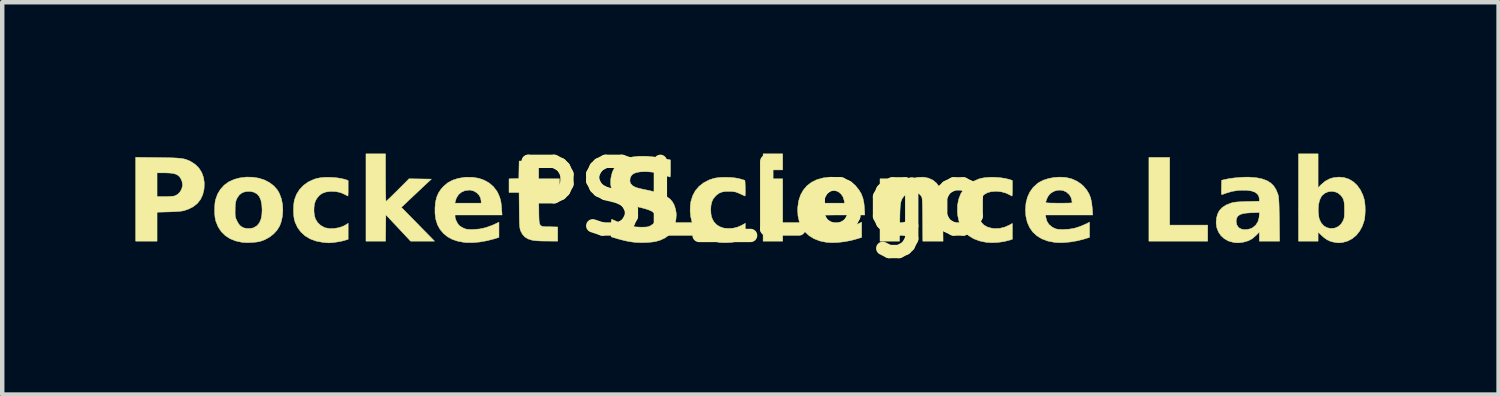
<source format=kicad_pcb>
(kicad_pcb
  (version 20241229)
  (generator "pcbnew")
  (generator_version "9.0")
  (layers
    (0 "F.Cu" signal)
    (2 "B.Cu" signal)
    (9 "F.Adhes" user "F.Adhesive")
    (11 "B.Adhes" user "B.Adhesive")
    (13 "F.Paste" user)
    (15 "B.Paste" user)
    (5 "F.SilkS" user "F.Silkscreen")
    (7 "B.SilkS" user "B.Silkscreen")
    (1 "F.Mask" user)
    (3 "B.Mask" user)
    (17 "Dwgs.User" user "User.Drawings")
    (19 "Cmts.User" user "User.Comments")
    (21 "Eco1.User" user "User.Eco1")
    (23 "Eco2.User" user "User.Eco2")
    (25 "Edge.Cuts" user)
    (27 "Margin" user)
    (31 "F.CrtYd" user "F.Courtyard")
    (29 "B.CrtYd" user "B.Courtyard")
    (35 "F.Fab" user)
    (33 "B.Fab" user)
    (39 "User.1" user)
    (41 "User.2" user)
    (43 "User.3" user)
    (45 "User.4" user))
  (footprint "PSL_Logo"
    (layer "F.Cu")
    (at 13.855 1.418)
    (property "Reference" "PSL_Logo" (at 0 0 0) (layer "F.SilkS") (effects (font (size 1.524 1.524) (thickness 0.3))))
    (attr through_hole)
    (fp_poly (pts (xy 0.722 -0.642) (xy 0.281 -0.642) (xy 0.281 -1.003) (xy 0.722 -1.003) (xy 0.722 -0.642)) (stroke (width 0.01) (type solid)) (fill yes) (layer "F.SilkS"))
    (fp_poly (pts (xy 0.722 0.963) (xy 0.281 0.963) (xy 0.281 -0.441) (xy 0.722 -0.441) (xy 0.722 0.963)) (stroke (width 0.01) (type solid)) (fill yes) (layer "F.SilkS"))
    (fp_poly (pts (xy 9.438 0.602) (xy 10.294 0.602) (xy 10.294 0.963) (xy 8.97 0.963) (xy 8.97 -0.922) (xy 9.438 -0.922) (xy 9.438 0.602)) (stroke (width 0.01) (type solid)) (fill yes) (layer "F.SilkS"))
    (fp_poly (pts (xy -8.222 -0.468) (xy -8.221 -0.351) (xy -8.221 -0.243) (xy -8.22 -0.147) (xy -8.218 -0.065) (xy -8.216 -0.001) (xy -8.215 0.044) (xy -8.212 0.065) (xy -8.212 0.067) (xy -8.2 0.058) (xy -8.172 0.032) (xy -8.13 -0.008) (xy -8.077 -0.059) (xy -8.016 -0.119) (xy -7.948 -0.186) (xy -7.947 -0.187) (xy -7.693 -0.442) (xy -7.441 -0.438) (xy -7.19 -0.434) (xy -7.382 -0.255) (xy -7.454 -0.187) (xy -7.533 -0.113) (xy -7.61 -0.04) (xy -7.68 0.026) (xy -7.719 0.063) (xy -7.866 0.202) (xy -7.666 0.405) (xy -7.591 0.481) (xy -7.508 0.565) (xy -7.425 0.651) (xy -7.347 0.73) (xy -7.293 0.785) (xy -7.119 0.963) (xy -7.658 0.963) (xy -7.936 0.666) (xy -8.215 0.369) (xy -8.222 0.963) (xy -8.663 0.963) (xy -8.663 -1.003) (xy -8.222 -1.003) (xy -8.222 -0.468)) (stroke (width 0.01) (type solid)) (fill yes) (layer "F.SilkS"))
    (fp_poly (pts (xy -4.773 -0.441) (xy -4.305 -0.441) (xy -4.305 -0.134) (xy -4.774 -0.134) (xy -4.77 0.22) (xy -4.769 0.336) (xy -4.767 0.428) (xy -4.764 0.499) (xy -4.757 0.552) (xy -4.745 0.589) (xy -4.726 0.613) (xy -4.699 0.628) (xy -4.662 0.635) (xy -4.613 0.638) (xy -4.55 0.639) (xy -4.525 0.639) (xy -4.345 0.644) (xy -4.345 0.963) (xy -4.589 0.961) (xy -4.699 0.96) (xy -4.794 0.956) (xy -4.869 0.949) (xy -4.918 0.942) (xy -5.011 0.913) (xy -5.084 0.869) (xy -5.139 0.808) (xy -5.177 0.736) (xy -5.185 0.713) (xy -5.192 0.691) (xy -5.197 0.664) (xy -5.201 0.631) (xy -5.204 0.587) (xy -5.207 0.53) (xy -5.208 0.455) (xy -5.21 0.36) (xy -5.211 0.264) (xy -5.215 -0.134) (xy -5.441 -0.134) (xy -5.441 -0.44) (xy -5.331 -0.444) (xy -5.22 -0.448) (xy -5.217 -0.645) (xy -5.213 -0.842) (xy -4.773 -0.842) (xy -4.773 -0.441)) (stroke (width 0.01) (type solid)) (fill yes) (layer "F.SilkS"))
    (fp_poly (pts (xy 3.901 -0.477) (xy 4.01 -0.455) (xy 4.106 -0.41) (xy 4.186 -0.344) (xy 4.25 -0.257) (xy 4.293 -0.162) (xy 4.301 -0.138) (xy 4.307 -0.116) (xy 4.312 -0.091) (xy 4.316 -0.06) (xy 4.319 -0.022) (xy 4.322 0.028) (xy 4.324 0.092) (xy 4.325 0.172) (xy 4.327 0.273) (xy 4.328 0.396) (xy 4.329 0.445) (xy 4.334 0.963) (xy 3.878 0.963) (xy 3.874 0.478) (xy 3.873 0.35) (xy 3.872 0.247) (xy 3.87 0.165) (xy 3.869 0.101) (xy 3.866 0.052) (xy 3.863 0.017) (xy 3.86 -0.009) (xy 3.855 -0.027) (xy 3.849 -0.041) (xy 3.845 -0.049) (xy 3.799 -0.1) (xy 3.741 -0.132) (xy 3.674 -0.145) (xy 3.603 -0.139) (xy 3.535 -0.113) (xy 3.473 -0.069) (xy 3.451 -0.045) (xy 3.428 -0.016) (xy 3.41 0.012) (xy 3.396 0.044) (xy 3.384 0.082) (xy 3.376 0.129) (xy 3.369 0.188) (xy 3.365 0.262) (xy 3.362 0.355) (xy 3.36 0.47) (xy 3.359 0.551) (xy 3.353 0.963) (xy 2.914 0.963) (xy 2.914 -0.441) (xy 3.355 -0.441) (xy 3.355 -0.238) (xy 3.437 -0.313) (xy 3.538 -0.392) (xy 3.645 -0.446) (xy 3.758 -0.474) (xy 3.88 -0.478) (xy 3.901 -0.477)) (stroke (width 0.01) (type solid)) (fill yes) (layer "F.SilkS"))
    (fp_poly (pts (xy -13.352 -0.919) (xy -13.21 -0.917) (xy -13.092 -0.915) (xy -12.995 -0.912) (xy -12.915 -0.908) (xy -12.849 -0.902) (xy -12.795 -0.895) (xy -12.749 -0.886) (xy -12.709 -0.874) (xy -12.67 -0.859) (xy -12.63 -0.841) (xy -12.605 -0.828) (xy -12.505 -0.763) (xy -12.424 -0.681) (xy -12.362 -0.583) (xy -12.322 -0.472) (xy -12.304 -0.35) (xy -12.309 -0.22) (xy -12.311 -0.204) (xy -12.34 -0.082) (xy -12.39 0.024) (xy -12.46 0.113) (xy -12.552 0.186) (xy -12.665 0.243) (xy -12.76 0.275) (xy -12.807 0.285) (xy -12.872 0.292) (xy -12.957 0.298) (xy -13.065 0.303) (xy -13.104 0.304) (xy -13.368 0.311) (xy -13.368 0.963) (xy -13.85 0.963) (xy -13.85 -0.575) (xy -13.368 -0.575) (xy -13.368 -0.04) (xy -13.198 -0.04) (xy -13.128 -0.041) (xy -13.062 -0.045) (xy -13.009 -0.049) (xy -12.974 -0.055) (xy -12.974 -0.055) (xy -12.911 -0.086) (xy -12.857 -0.136) (xy -12.818 -0.201) (xy -12.796 -0.273) (xy -12.794 -0.307) (xy -12.805 -0.381) (xy -12.837 -0.453) (xy -12.862 -0.488) (xy -12.899 -0.521) (xy -12.944 -0.545) (xy -13.003 -0.562) (xy -13.079 -0.571) (xy -13.177 -0.575) (xy -13.204 -0.575) (xy -13.368 -0.575) (xy -13.85 -0.575) (xy -13.85 -0.925) (xy -13.352 -0.919)) (stroke (width 0.01) (type solid)) (fill yes) (layer "F.SilkS"))
    (fp_poly (pts (xy 5.503 -0.475) (xy 5.622 -0.466) (xy 5.733 -0.449) (xy 5.829 -0.426) (xy 5.859 -0.416) (xy 5.895 -0.402) (xy 5.895 -0.228) (xy 5.895 -0.163) (xy 5.893 -0.109) (xy 5.891 -0.071) (xy 5.888 -0.054) (xy 5.887 -0.053) (xy 5.871 -0.06) (xy 5.843 -0.076) (xy 5.837 -0.079) (xy 5.75 -0.12) (xy 5.649 -0.148) (xy 5.543 -0.16) (xy 5.524 -0.16) (xy 5.417 -0.152) (xy 5.329 -0.127) (xy 5.256 -0.084) (xy 5.197 -0.02) (xy 5.167 0.029) (xy 5.147 0.069) (xy 5.134 0.108) (xy 5.127 0.154) (xy 5.123 0.216) (xy 5.123 0.222) (xy 5.126 0.344) (xy 5.149 0.447) (xy 5.191 0.532) (xy 5.251 0.598) (xy 5.331 0.644) (xy 5.429 0.672) (xy 5.494 0.679) (xy 5.609 0.675) (xy 5.719 0.649) (xy 5.825 0.602) (xy 5.895 0.564) (xy 5.895 0.92) (xy 5.832 0.94) (xy 5.706 0.972) (xy 5.569 0.991) (xy 5.431 0.997) (xy 5.304 0.989) (xy 5.301 0.988) (xy 5.152 0.957) (xy 5.022 0.907) (xy 4.91 0.839) (xy 4.819 0.752) (xy 4.747 0.648) (xy 4.695 0.526) (xy 4.665 0.388) (xy 4.657 0.307) (xy 4.659 0.158) (xy 4.685 0.021) (xy 4.732 -0.102) (xy 4.801 -0.21) (xy 4.891 -0.302) (xy 5 -0.376) (xy 5.128 -0.433) (xy 5.187 -0.451) (xy 5.278 -0.467) (xy 5.386 -0.475) (xy 5.503 -0.475)) (stroke (width 0.01) (type solid)) (fill yes) (layer "F.SilkS"))
    (fp_poly (pts (xy -9.456 -0.474) (xy -9.338 -0.466) (xy -9.226 -0.449) (xy -9.13 -0.426) (xy -9.101 -0.416) (xy -9.064 -0.402) (xy -9.064 -0.228) (xy -9.064 -0.163) (xy -9.065 -0.109) (xy -9.067 -0.071) (xy -9.068 -0.054) (xy -9.069 -0.053) (xy -9.082 -0.059) (xy -9.111 -0.074) (xy -9.132 -0.086) (xy -9.237 -0.132) (xy -9.349 -0.155) (xy -9.464 -0.158) (xy -9.567 -0.144) (xy -9.652 -0.112) (xy -9.721 -0.061) (xy -9.776 0.011) (xy -9.802 0.06) (xy -9.823 0.127) (xy -9.833 0.21) (xy -9.834 0.298) (xy -9.824 0.383) (xy -9.804 0.456) (xy -9.8 0.465) (xy -9.752 0.543) (xy -9.684 0.608) (xy -9.604 0.653) (xy -9.574 0.664) (xy -9.482 0.679) (xy -9.381 0.678) (xy -9.278 0.661) (xy -9.182 0.63) (xy -9.102 0.587) (xy -9.102 0.587) (xy -9.064 0.56) (xy -9.064 0.922) (xy -9.154 0.948) (xy -9.216 0.964) (xy -9.29 0.978) (xy -9.369 0.99) (xy -9.441 0.998) (xy -9.5 1.001) (xy -9.511 1.001) (xy -9.546 0.998) (xy -9.595 0.994) (xy -9.645 0.988) (xy -9.79 0.96) (xy -9.919 0.912) (xy -10.032 0.845) (xy -10.127 0.759) (xy -10.203 0.657) (xy -10.258 0.538) (xy -10.274 0.485) (xy -10.286 0.419) (xy -10.293 0.335) (xy -10.295 0.244) (xy -10.291 0.155) (xy -10.282 0.076) (xy -10.274 0.035) (xy -10.228 -0.089) (xy -10.159 -0.199) (xy -10.071 -0.293) (xy -9.963 -0.37) (xy -9.838 -0.428) (xy -9.771 -0.449) (xy -9.68 -0.466) (xy -9.573 -0.475) (xy -9.456 -0.474)) (stroke (width 0.01) (type solid)) (fill yes) (layer "F.SilkS"))
    (fp_poly (pts (xy -0.44 -0.471) (xy -0.341 -0.46) (xy -0.256 -0.444) (xy -0.255 -0.443) (xy -0.203 -0.429) (xy -0.161 -0.416) (xy -0.135 -0.408) (xy -0.131 -0.406) (xy -0.128 -0.392) (xy -0.125 -0.357) (xy -0.123 -0.309) (xy -0.121 -0.252) (xy -0.12 -0.193) (xy -0.12 -0.137) (xy -0.121 -0.092) (xy -0.123 -0.062) (xy -0.126 -0.053) (xy -0.139 -0.059) (xy -0.171 -0.073) (xy -0.215 -0.094) (xy -0.235 -0.103) (xy -0.292 -0.128) (xy -0.338 -0.144) (xy -0.385 -0.153) (xy -0.445 -0.157) (xy -0.463 -0.158) (xy -0.56 -0.158) (xy -0.639 -0.145) (xy -0.705 -0.12) (xy -0.764 -0.078) (xy -0.789 -0.054) (xy -0.842 0.01) (xy -0.876 0.083) (xy -0.894 0.169) (xy -0.898 0.251) (xy -0.894 0.342) (xy -0.881 0.416) (xy -0.854 0.481) (xy -0.825 0.53) (xy -0.767 0.593) (xy -0.692 0.639) (xy -0.604 0.669) (xy -0.507 0.68) (xy -0.404 0.674) (xy -0.3 0.649) (xy -0.199 0.606) (xy -0.191 0.601) (xy -0.12 0.561) (xy -0.12 0.92) (xy -0.164 0.934) (xy -0.288 0.967) (xy -0.424 0.988) (xy -0.56 0.996) (xy -0.686 0.992) (xy -0.715 0.988) (xy -0.859 0.958) (xy -0.988 0.909) (xy -1.1 0.842) (xy -1.193 0.758) (xy -1.266 0.658) (xy -1.274 0.645) (xy -1.319 0.539) (xy -1.348 0.417) (xy -1.362 0.287) (xy -1.358 0.157) (xy -1.344 0.065) (xy -1.304 -0.063) (xy -1.243 -0.175) (xy -1.16 -0.272) (xy -1.057 -0.352) (xy -0.936 -0.415) (xy -0.829 -0.451) (xy -0.75 -0.465) (xy -0.653 -0.474) (xy -0.547 -0.475) (xy -0.44 -0.471)) (stroke (width 0.01) (type solid)) (fill yes) (layer "F.SilkS"))
    (fp_poly (pts (xy -6.257 -0.475) (xy -6.12 -0.452) (xy -5.996 -0.408) (xy -5.886 -0.345) (xy -5.792 -0.263) (xy -5.716 -0.164) (xy -5.684 -0.104) (xy -5.657 -0.04) (xy -5.637 0.02) (xy -5.623 0.085) (xy -5.613 0.162) (xy -5.607 0.237) (xy -5.598 0.374) (xy -6.657 0.374) (xy -6.657 0.411) (xy -6.65 0.453) (xy -6.63 0.505) (xy -6.603 0.557) (xy -6.573 0.599) (xy -6.562 0.611) (xy -6.531 0.634) (xy -6.488 0.659) (xy -6.463 0.671) (xy -6.429 0.685) (xy -6.395 0.694) (xy -6.354 0.698) (xy -6.298 0.7) (xy -6.25 0.7) (xy -6.106 0.689) (xy -5.966 0.659) (xy -5.822 0.607) (xy -5.765 0.582) (xy -5.668 0.536) (xy -5.668 0.878) (xy -5.785 0.914) (xy -5.938 0.953) (xy -6.094 0.981) (xy -6.246 0.995) (xy -6.387 0.996) (xy -6.459 0.989) (xy -6.599 0.963) (xy -6.72 0.922) (xy -6.826 0.864) (xy -6.914 0.792) (xy -6.993 0.7) (xy -7.052 0.594) (xy -7.09 0.473) (xy -7.108 0.337) (xy -7.108 0.209) (xy -7.098 0.107) (xy -6.66 0.107) (xy -6.069 0.107) (xy -6.069 0.06) (xy -6.082 -0.011) (xy -6.117 -0.075) (xy -6.169 -0.128) (xy -6.235 -0.166) (xy -6.31 -0.186) (xy -6.34 -0.187) (xy -6.433 -0.175) (xy -6.513 -0.14) (xy -6.578 -0.085) (xy -6.626 -0.01) (xy -6.65 0.064) (xy -6.66 0.107) (xy -7.098 0.107) (xy -7.096 0.081) (xy -7.07 -0.028) (xy -7.029 -0.123) (xy -6.971 -0.21) (xy -6.909 -0.278) (xy -6.817 -0.354) (xy -6.709 -0.411) (xy -6.585 -0.451) (xy -6.443 -0.474) (xy -6.403 -0.477) (xy -6.257 -0.475)) (stroke (width 0.01) (type solid)) (fill yes) (layer "F.SilkS"))
    (fp_poly (pts (xy 1.942 -0.474) (xy 2.077 -0.448) (xy 2.199 -0.4) (xy 2.307 -0.331) (xy 2.36 -0.284) (xy 2.434 -0.198) (xy 2.49 -0.107) (xy 2.529 -0.005) (xy 2.553 0.112) (xy 2.563 0.224) (xy 2.571 0.374) (xy 2.041 0.374) (xy 1.902 0.374) (xy 1.788 0.375) (xy 1.697 0.376) (xy 1.626 0.378) (xy 1.574 0.38) (xy 1.539 0.382) (xy 1.519 0.386) (xy 1.511 0.39) (xy 1.511 0.391) (xy 1.518 0.434) (xy 1.535 0.487) (xy 1.56 0.54) (xy 1.574 0.564) (xy 1.629 0.623) (xy 1.702 0.666) (xy 1.792 0.693) (xy 1.895 0.704) (xy 2.009 0.7) (xy 2.13 0.679) (xy 2.258 0.642) (xy 2.387 0.59) (xy 2.5 0.536) (xy 2.5 0.879) (xy 2.405 0.908) (xy 2.263 0.947) (xy 2.114 0.975) (xy 1.966 0.992) (xy 1.827 0.997) (xy 1.708 0.989) (xy 1.56 0.959) (xy 1.43 0.909) (xy 1.318 0.84) (xy 1.224 0.753) (xy 1.151 0.649) (xy 1.098 0.529) (xy 1.067 0.396) (xy 1.059 0.249) (xy 1.061 0.201) (xy 1.075 0.107) (xy 1.513 0.107) (xy 2.116 0.107) (xy 2.107 0.05) (xy 2.082 -0.032) (xy 2.036 -0.1) (xy 1.974 -0.15) (xy 1.898 -0.18) (xy 1.833 -0.187) (xy 1.759 -0.178) (xy 1.687 -0.155) (xy 1.626 -0.12) (xy 1.613 -0.11) (xy 1.585 -0.075) (xy 1.557 -0.026) (xy 1.534 0.029) (xy 1.523 0.064) (xy 1.513 0.107) (xy 1.075 0.107) (xy 1.082 0.054) (xy 1.125 -0.076) (xy 1.188 -0.189) (xy 1.27 -0.285) (xy 1.372 -0.363) (xy 1.491 -0.421) (xy 1.627 -0.459) (xy 1.64 -0.462) (xy 1.795 -0.479) (xy 1.942 -0.474)) (stroke (width 0.01) (type solid)) (fill yes) (layer "F.SilkS"))
    (fp_poly (pts (xy 12.78 -0.239) (xy 12.851 -0.312) (xy 12.944 -0.39) (xy 13.046 -0.443) (xy 13.125 -0.466) (xy 13.249 -0.48) (xy 13.366 -0.469) (xy 13.474 -0.434) (xy 13.571 -0.376) (xy 13.657 -0.297) (xy 13.73 -0.196) (xy 13.788 -0.076) (xy 13.818 0.019) (xy 13.831 0.089) (xy 13.839 0.176) (xy 13.841 0.272) (xy 13.837 0.367) (xy 13.828 0.452) (xy 13.819 0.498) (xy 13.776 0.625) (xy 13.715 0.737) (xy 13.639 0.832) (xy 13.548 0.907) (xy 13.445 0.961) (xy 13.349 0.988) (xy 13.298 0.997) (xy 13.259 1) (xy 13.219 0.999) (xy 13.17 0.992) (xy 13.143 0.988) (xy 13.058 0.967) (xy 12.983 0.932) (xy 12.91 0.88) (xy 12.866 0.841) (xy 12.78 0.758) (xy 12.78 0.963) (xy 12.339 0.963) (xy 12.339 0.249) (xy 12.783 0.249) (xy 12.784 0.301) (xy 12.79 0.361) (xy 12.797 0.417) (xy 12.806 0.459) (xy 12.808 0.468) (xy 12.85 0.552) (xy 12.906 0.616) (xy 12.975 0.658) (xy 13.054 0.677) (xy 13.14 0.672) (xy 13.161 0.667) (xy 13.237 0.633) (xy 13.298 0.578) (xy 13.34 0.509) (xy 13.354 0.477) (xy 13.364 0.447) (xy 13.37 0.415) (xy 13.373 0.373) (xy 13.374 0.315) (xy 13.374 0.254) (xy 13.373 0.166) (xy 13.368 0.099) (xy 13.358 0.047) (xy 13.342 0.004) (xy 13.318 -0.035) (xy 13.288 -0.072) (xy 13.228 -0.121) (xy 13.157 -0.15) (xy 13.081 -0.159) (xy 13.004 -0.148) (xy 12.934 -0.118) (xy 12.874 -0.069) (xy 12.853 -0.042) (xy 12.815 0.038) (xy 12.791 0.137) (xy 12.783 0.249) (xy 12.339 0.249) (xy 12.339 -1.003) (xy 12.78 -1.003) (xy 12.78 -0.239)) (stroke (width 0.01) (type solid)) (fill yes) (layer "F.SilkS"))
    (fp_poly (pts (xy -11.211 -0.477) (xy -11.074 -0.455) (xy -10.948 -0.414) (xy -10.835 -0.355) (xy -10.737 -0.28) (xy -10.658 -0.19) (xy -10.615 -0.116) (xy -10.569 0.005) (xy -10.542 0.138) (xy -10.535 0.277) (xy -10.547 0.415) (xy -10.578 0.545) (xy -10.609 0.624) (xy -10.666 0.716) (xy -10.744 0.801) (xy -10.839 0.874) (xy -10.945 0.932) (xy -11.045 0.968) (xy -11.113 0.981) (xy -11.198 0.99) (xy -11.289 0.995) (xy -11.377 0.995) (xy -11.451 0.989) (xy -11.455 0.989) (xy -11.598 0.958) (xy -11.724 0.907) (xy -11.832 0.837) (xy -11.922 0.748) (xy -11.992 0.641) (xy -12.043 0.517) (xy -12.051 0.487) (xy -12.063 0.421) (xy -12.07 0.338) (xy -12.07 0.33) (xy -11.61 0.33) (xy -11.608 0.379) (xy -11.604 0.416) (xy -11.595 0.447) (xy -11.581 0.48) (xy -11.566 0.511) (xy -11.528 0.578) (xy -11.487 0.624) (xy -11.436 0.655) (xy -11.41 0.665) (xy -11.345 0.678) (xy -11.271 0.678) (xy -11.203 0.665) (xy -11.182 0.656) (xy -11.115 0.614) (xy -11.064 0.552) (xy -11.028 0.472) (xy -11.008 0.371) (xy -11.002 0.261) (xy -11.009 0.138) (xy -11.03 0.038) (xy -11.065 -0.042) (xy -11.116 -0.1) (xy -11.182 -0.138) (xy -11.264 -0.157) (xy -11.283 -0.158) (xy -11.376 -0.153) (xy -11.452 -0.127) (xy -11.515 -0.079) (xy -11.564 -0.008) (xy -11.586 0.041) (xy -11.597 0.082) (xy -11.605 0.137) (xy -11.609 0.21) (xy -11.609 0.261) (xy -11.61 0.33) (xy -12.07 0.33) (xy -12.071 0.247) (xy -12.068 0.157) (xy -12.06 0.077) (xy -12.051 0.033) (xy -12.006 -0.095) (xy -11.94 -0.205) (xy -11.854 -0.299) (xy -11.75 -0.374) (xy -11.628 -0.429) (xy -11.506 -0.461) (xy -11.356 -0.48) (xy -11.211 -0.477)) (stroke (width 0.01) (type solid)) (fill yes) (layer "F.SilkS"))
    (fp_poly (pts (xy 7.081 -0.473) (xy 7.112 -0.469) (xy 7.232 -0.439) (xy 7.347 -0.388) (xy 7.448 -0.32) (xy 7.505 -0.266) (xy 7.571 -0.186) (xy 7.621 -0.103) (xy 7.657 -0.012) (xy 7.68 0.093) (xy 7.694 0.217) (xy 7.696 0.237) (xy 7.704 0.374) (xy 6.641 0.374) (xy 6.649 0.429) (xy 6.674 0.516) (xy 6.719 0.587) (xy 6.786 0.643) (xy 6.838 0.671) (xy 6.872 0.685) (xy 6.906 0.694) (xy 6.948 0.698) (xy 7.003 0.7) (xy 7.052 0.7) (xy 7.182 0.692) (xy 7.303 0.67) (xy 7.423 0.631) (xy 7.52 0.59) (xy 7.633 0.536) (xy 7.633 0.878) (xy 7.516 0.914) (xy 7.361 0.954) (xy 7.203 0.981) (xy 7.049 0.995) (xy 6.907 0.995) (xy 6.84 0.989) (xy 6.691 0.96) (xy 6.56 0.911) (xy 6.448 0.843) (xy 6.355 0.758) (xy 6.283 0.655) (xy 6.23 0.535) (xy 6.199 0.399) (xy 6.19 0.261) (xy 6.201 0.111) (xy 6.205 0.094) (xy 6.644 0.094) (xy 6.657 0.098) (xy 6.695 0.102) (xy 6.754 0.105) (xy 6.834 0.106) (xy 6.932 0.107) (xy 6.946 0.107) (xy 7.043 0.107) (xy 7.117 0.106) (xy 7.17 0.105) (xy 7.206 0.103) (xy 7.228 0.1) (xy 7.239 0.095) (xy 7.242 0.089) (xy 7.241 0.084) (xy 7.234 0.054) (xy 7.227 0.016) (xy 7.227 0.013) (xy 7.213 -0.026) (xy 7.188 -0.07) (xy 7.176 -0.086) (xy 7.115 -0.141) (xy 7.044 -0.175) (xy 6.968 -0.187) (xy 6.89 -0.18) (xy 6.817 -0.154) (xy 6.751 -0.11) (xy 6.699 -0.048) (xy 6.672 0.008) (xy 6.657 0.049) (xy 6.647 0.081) (xy 6.644 0.094) (xy 6.205 0.094) (xy 6.234 -0.023) (xy 6.288 -0.143) (xy 6.363 -0.247) (xy 6.459 -0.335) (xy 6.499 -0.362) (xy 6.593 -0.41) (xy 6.705 -0.446) (xy 6.829 -0.47) (xy 6.956 -0.479) (xy 7.081 -0.473)) (stroke (width 0.01) (type solid)) (fill yes) (layer "F.SilkS"))
    (fp_poly (pts (xy 11.234 -0.478) (xy 11.25 -0.477) (xy 11.397 -0.464) (xy 11.523 -0.438) (xy 11.627 -0.4) (xy 11.713 -0.347) (xy 11.782 -0.279) (xy 11.835 -0.194) (xy 11.876 -0.092) (xy 11.881 -0.076) (xy 11.887 -0.05) (xy 11.891 -0.014) (xy 11.895 0.036) (xy 11.899 0.101) (xy 11.902 0.183) (xy 11.904 0.287) (xy 11.907 0.413) (xy 11.908 0.478) (xy 11.914 0.963) (xy 11.457 0.963) (xy 11.457 0.757) (xy 11.381 0.835) (xy 11.299 0.906) (xy 11.21 0.954) (xy 11.107 0.984) (xy 11.082 0.988) (xy 11.02 0.997) (xy 10.971 1) (xy 10.923 0.997) (xy 10.867 0.989) (xy 10.76 0.959) (xy 10.669 0.908) (xy 10.594 0.84) (xy 10.537 0.757) (xy 10.5 0.663) (xy 10.484 0.559) (xy 10.487 0.524) (xy 10.935 0.524) (xy 10.948 0.592) (xy 10.983 0.648) (xy 11.002 0.665) (xy 11.055 0.692) (xy 11.122 0.704) (xy 11.195 0.699) (xy 11.267 0.68) (xy 11.308 0.659) (xy 11.376 0.602) (xy 11.424 0.528) (xy 11.45 0.439) (xy 11.453 0.407) (xy 11.461 0.318) (xy 11.282 0.323) (xy 11.172 0.33) (xy 11.087 0.343) (xy 11.023 0.364) (xy 10.978 0.395) (xy 10.95 0.436) (xy 10.937 0.488) (xy 10.935 0.524) (xy 10.487 0.524) (xy 10.492 0.449) (xy 10.514 0.36) (xy 10.556 0.276) (xy 10.62 0.207) (xy 10.707 0.15) (xy 10.817 0.106) (xy 10.827 0.103) (xy 10.865 0.093) (xy 10.909 0.086) (xy 10.963 0.08) (xy 11.031 0.076) (xy 11.118 0.072) (xy 11.186 0.07) (xy 11.457 0.064) (xy 11.457 0.015) (xy 11.445 -0.05) (xy 11.411 -0.102) (xy 11.354 -0.142) (xy 11.274 -0.169) (xy 11.171 -0.183) (xy 11.149 -0.184) (xy 10.993 -0.182) (xy 10.842 -0.158) (xy 10.688 -0.112) (xy 10.624 -0.087) (xy 10.614 -0.085) (xy 10.608 -0.09) (xy 10.604 -0.107) (xy 10.603 -0.14) (xy 10.603 -0.193) (xy 10.604 -0.242) (xy 10.608 -0.408) (xy 10.673 -0.424) (xy 10.771 -0.444) (xy 10.886 -0.46) (xy 11.008 -0.471) (xy 11.127 -0.478) (xy 11.234 -0.478)) (stroke (width 0.01) (type solid)) (fill yes) (layer "F.SilkS"))
    (fp_poly (pts (xy -2.347 -0.949) (xy -2.158 -0.931) (xy -1.95 -0.895) (xy -1.942 -0.894) (xy -1.805 -0.865) (xy -1.805 -0.673) (xy -1.805 -0.605) (xy -1.807 -0.548) (xy -1.809 -0.505) (xy -1.812 -0.483) (xy -1.813 -0.481) (xy -1.829 -0.486) (xy -1.863 -0.497) (xy -1.908 -0.513) (xy -1.917 -0.516) (xy -2.061 -0.561) (xy -2.196 -0.59) (xy -2.329 -0.602) (xy -2.377 -0.603) (xy -2.486 -0.598) (xy -2.572 -0.583) (xy -2.636 -0.558) (xy -2.681 -0.52) (xy -2.709 -0.471) (xy -2.713 -0.457) (xy -2.72 -0.391) (xy -2.703 -0.334) (xy -2.66 -0.287) (xy -2.601 -0.254) (xy -2.568 -0.242) (xy -2.515 -0.227) (xy -2.449 -0.211) (xy -2.377 -0.196) (xy -2.366 -0.194) (xy -2.211 -0.159) (xy -2.081 -0.123) (xy -1.973 -0.083) (xy -1.885 -0.037) (xy -1.815 0.015) (xy -1.762 0.076) (xy -1.722 0.147) (xy -1.695 0.23) (xy -1.677 0.321) (xy -1.675 0.385) (xy -1.681 0.463) (xy -1.694 0.547) (xy -1.714 0.626) (xy -1.726 0.663) (xy -1.773 0.75) (xy -1.841 0.827) (xy -1.93 0.891) (xy -2.034 0.94) (xy -2.137 0.97) (xy -2.222 0.983) (xy -2.324 0.992) (xy -2.432 0.996) (xy -2.537 0.994) (xy -2.619 0.988) (xy -2.729 0.973) (xy -2.84 0.95) (xy -2.961 0.919) (xy -3.025 0.9) (xy -3.142 0.865) (xy -3.142 0.665) (xy -3.141 0.585) (xy -3.139 0.529) (xy -3.136 0.493) (xy -3.132 0.475) (xy -3.125 0.472) (xy -3.125 0.472) (xy -3.106 0.481) (xy -3.069 0.497) (xy -3.02 0.518) (xy -2.988 0.532) (xy -2.847 0.587) (xy -2.715 0.623) (xy -2.583 0.643) (xy -2.473 0.648) (xy -2.403 0.647) (xy -2.354 0.645) (xy -2.317 0.64) (xy -2.286 0.63) (xy -2.255 0.616) (xy -2.193 0.575) (xy -2.154 0.521) (xy -2.139 0.455) (xy -2.139 0.443) (xy -2.143 0.395) (xy -2.157 0.355) (xy -2.184 0.321) (xy -2.225 0.29) (xy -2.285 0.263) (xy -2.364 0.236) (xy -2.466 0.209) (xy -2.533 0.193) (xy -2.682 0.155) (xy -2.806 0.114) (xy -2.907 0.067) (xy -2.988 0.013) (xy -3.051 -0.048) (xy -3.097 -0.12) (xy -3.129 -0.203) (xy -3.146 -0.274) (xy -3.153 -0.343) (xy -3.151 -0.414) (xy -3.145 -0.467) (xy -3.116 -0.588) (xy -3.066 -0.691) (xy -2.997 -0.777) (xy -2.907 -0.846) (xy -2.797 -0.898) (xy -2.667 -0.932) (xy -2.517 -0.949) (xy -2.347 -0.949)) (stroke (width 0.01) (type solid)) (fill yes) (layer "F.SilkS")))
  (gr_rect
    (start -3 -3)
    (end 30.7 5.836)
    (stroke (width 0.1) (type default))
    (fill no)
    (layer "Edge.Cuts")))
</source>
